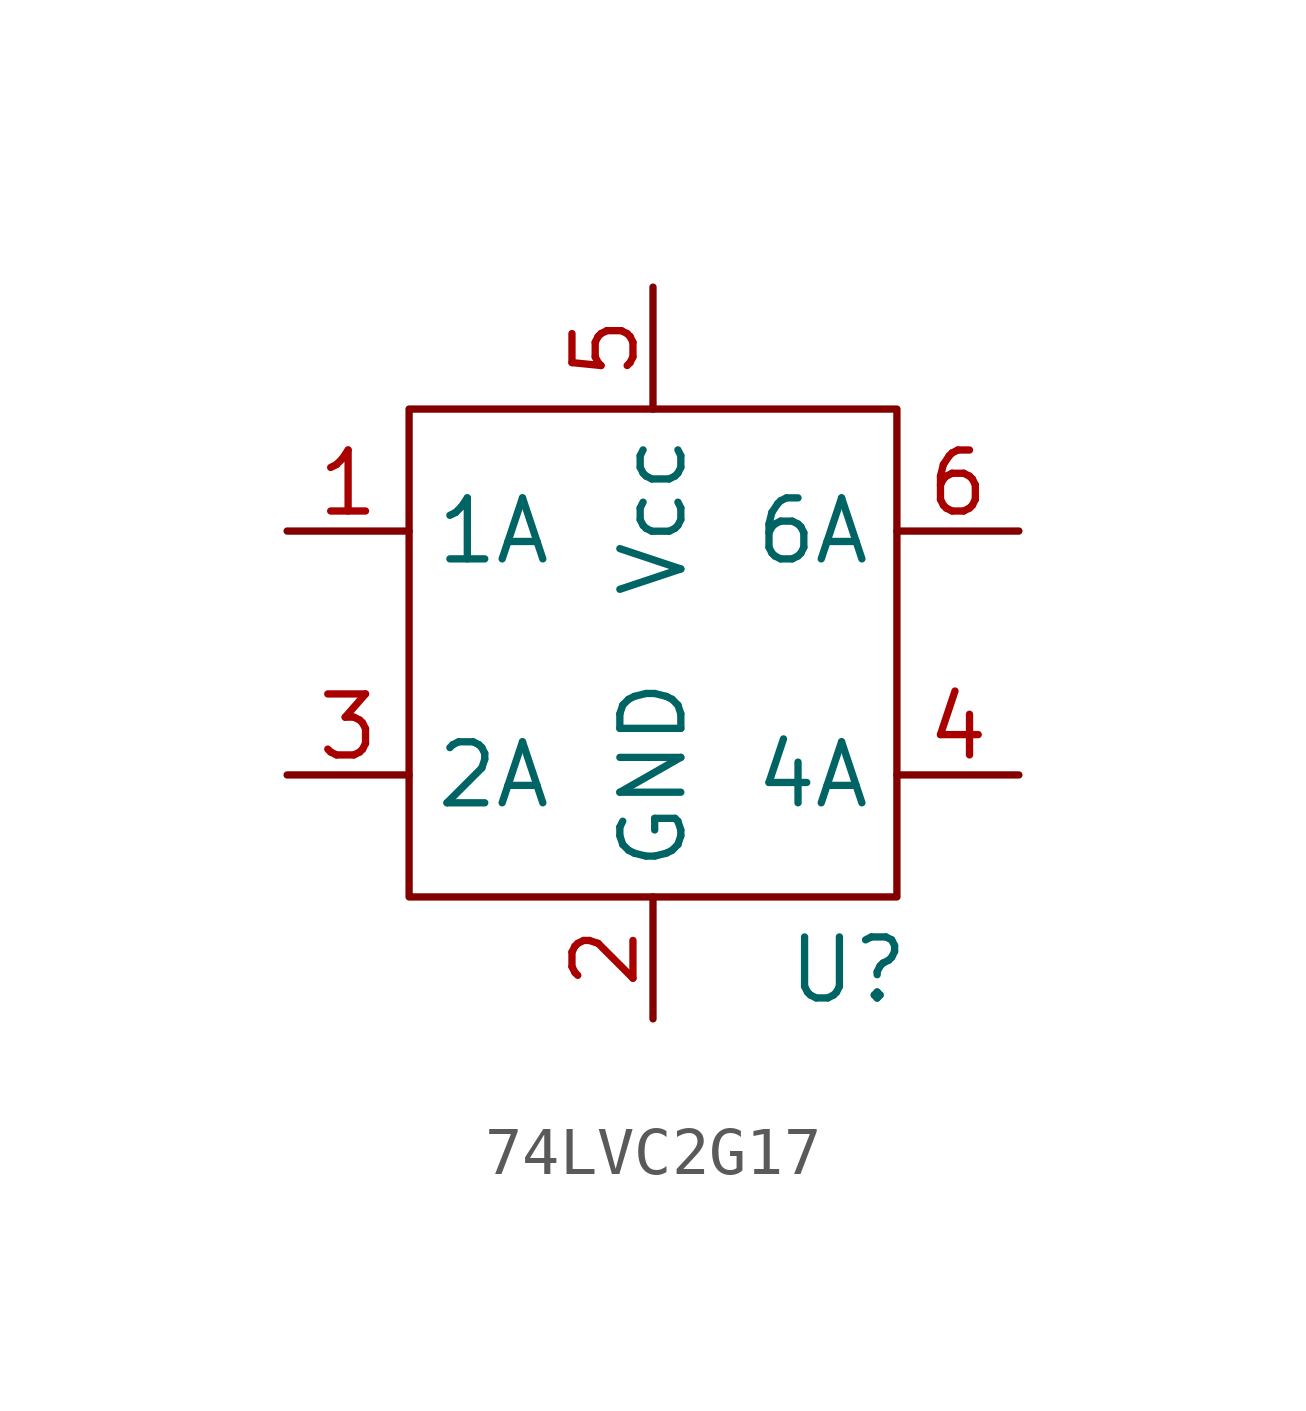
<source format=kicad_sym>
(kicad_symbol_lib
  (version 20241209)
  (generator "kicad_symbol_editor")
  (generator_version "9.0")
  (symbol "74LVC2G17"
    (property "Reference" "U"
      (at 4.064 -6.604 0)
      (effects (font (size 1.27 1.27))))
    (property "Value" ""
      (at 0 0 0)
      (effects (font (size 1.27 1.27))))
    (symbol "74LVC2G17_0_1"
      (rectangle (start -5.08 5.08) (end 5.08 -5.08) (stroke (width 0) (type default)) (fill (type none))))
    (symbol "74LVC2G17_1_1"
      (pin input line (at -7.62 2.54 0) (length 2.54) (name "1A" (effects (font (size 1.27 1.27)))) (number "1" (effects (font (size 1.27 1.27)))))
      (pin input line (at -7.62 -2.54 0) (length 2.54) (name "2A" (effects (font (size 1.27 1.27)))) (number "3" (effects (font (size 1.27 1.27)))))
      (pin passive line (at 0 7.62 270) (length 2.54) (name "Vcc" (effects (font (size 1.27 1.27)))) (number "5" (effects (font (size 1.27 1.27)))))
      (pin passive line (at 0 -7.62 90) (length 2.54) (name "GND" (effects (font (size 1.27 1.27)))) (number "2" (effects (font (size 1.27 1.27)))))
      (pin output line (at 7.62 2.54 180) (length 2.54) (name "6A" (effects (font (size 1.27 1.27)))) (number "6" (effects (font (size 1.27 1.27)))))
      (pin output line (at 7.62 -2.54 180) (length 2.54) (name "4A" (effects (font (size 1.27 1.27)))) (number "4" (effects (font (size 1.27 1.27))))))))
</source>
